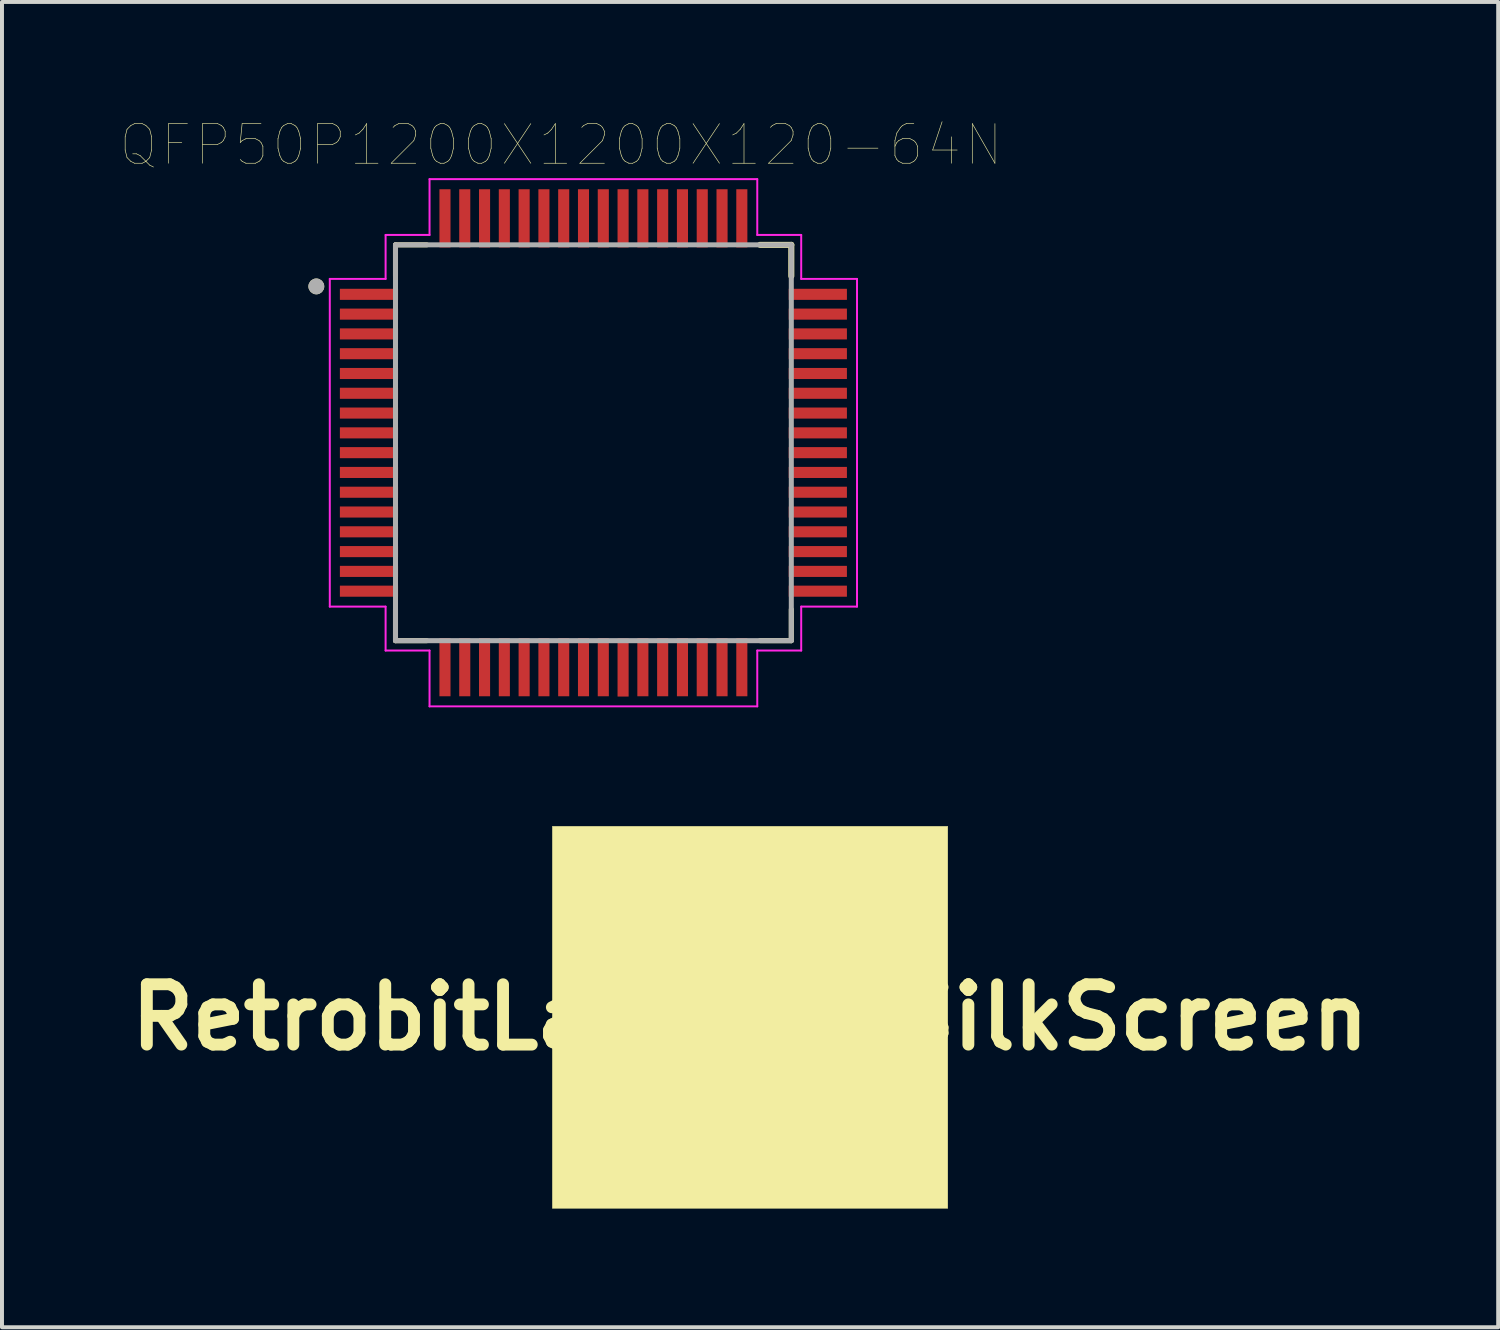
<source format=kicad_pcb>
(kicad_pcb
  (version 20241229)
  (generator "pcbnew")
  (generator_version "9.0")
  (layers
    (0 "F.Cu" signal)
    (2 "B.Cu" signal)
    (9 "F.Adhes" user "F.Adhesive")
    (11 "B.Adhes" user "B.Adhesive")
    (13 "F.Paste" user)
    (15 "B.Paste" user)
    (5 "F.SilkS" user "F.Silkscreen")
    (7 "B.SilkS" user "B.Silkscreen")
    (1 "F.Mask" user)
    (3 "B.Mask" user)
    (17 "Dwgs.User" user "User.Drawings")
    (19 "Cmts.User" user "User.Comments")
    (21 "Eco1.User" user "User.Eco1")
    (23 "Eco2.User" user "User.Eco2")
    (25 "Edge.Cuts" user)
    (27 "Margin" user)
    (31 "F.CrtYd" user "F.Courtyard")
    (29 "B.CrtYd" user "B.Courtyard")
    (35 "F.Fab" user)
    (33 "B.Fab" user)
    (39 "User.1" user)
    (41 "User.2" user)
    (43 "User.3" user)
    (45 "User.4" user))
  (footprint "QFP50P1200X1200X120-64N"
    (layer "F.Cu")
    (at 11.942 8.136)
    (property "Reference" "QFP50P1200X1200X120-64N" (at -0.819 -7.524 0) (layer "F.SilkS") (effects (font (size 1.001 1.001) (thickness 0.015))))
    (attr through_hole)
    (fp_line (start -5 -5) (end -5 -4.21) (stroke (width 0.127) (type solid)) (layer "F.SilkS"))
    (fp_line (start -5 4.21) (end -5 5) (stroke (width 0.127) (type solid)) (layer "F.SilkS"))
    (fp_line (start -5 5) (end -4.21 5) (stroke (width 0.127) (type solid)) (layer "F.SilkS"))
    (fp_line (start -4.21 -5) (end -5 -5) (stroke (width 0.127) (type solid)) (layer "F.SilkS"))
    (fp_line (start 4.21 5) (end 5 5) (stroke (width 0.127) (type solid)) (layer "F.SilkS"))
    (fp_line (start 5 -5) (end 4.21 -5) (stroke (width 0.152) (type solid)) (layer "F.SilkS"))
    (fp_line (start 5 -4.21) (end 5 -5) (stroke (width 0.152) (type solid)) (layer "F.SilkS"))
    (fp_line (start 5 5) (end 5 4.21) (stroke (width 0.127) (type solid)) (layer "F.SilkS"))
    (fp_circle (center -7 -3.95) (end -6.9 -3.95) (stroke (width 0.2) (type solid)) (fill no) (layer "F.SilkS"))
    (fp_line (start -6.66 -4.14) (end -5.25 -4.14) (stroke (width 0.05) (type solid)) (layer "F.CrtYd"))
    (fp_line (start -6.66 4.14) (end -6.66 -4.14) (stroke (width 0.05) (type solid)) (layer "F.CrtYd"))
    (fp_line (start -5.25 -5.25) (end -4.14 -5.25) (stroke (width 0.05) (type solid)) (layer "F.CrtYd"))
    (fp_line (start -5.25 -4.14) (end -5.25 -5.25) (stroke (width 0.05) (type solid)) (layer "F.CrtYd"))
    (fp_line (start -5.25 4.14) (end -6.66 4.14) (stroke (width 0.05) (type solid)) (layer "F.CrtYd"))
    (fp_line (start -5.25 5.25) (end -5.25 4.14) (stroke (width 0.05) (type solid)) (layer "F.CrtYd"))
    (fp_line (start -4.14 -6.66) (end 4.14 -6.66) (stroke (width 0.05) (type solid)) (layer "F.CrtYd"))
    (fp_line (start -4.14 -5.25) (end -4.14 -6.66) (stroke (width 0.05) (type solid)) (layer "F.CrtYd"))
    (fp_line (start -4.14 5.25) (end -5.25 5.25) (stroke (width 0.05) (type solid)) (layer "F.CrtYd"))
    (fp_line (start -4.14 6.66) (end -4.14 5.25) (stroke (width 0.05) (type solid)) (layer "F.CrtYd"))
    (fp_line (start 4.14 -6.66) (end 4.14 -5.25) (stroke (width 0.05) (type solid)) (layer "F.CrtYd"))
    (fp_line (start 4.14 -5.25) (end 5.25 -5.25) (stroke (width 0.05) (type solid)) (layer "F.CrtYd"))
    (fp_line (start 4.14 5.25) (end 4.14 6.66) (stroke (width 0.05) (type solid)) (layer "F.CrtYd"))
    (fp_line (start 4.14 6.66) (end -4.14 6.66) (stroke (width 0.05) (type solid)) (layer "F.CrtYd"))
    (fp_line (start 5.25 -5.25) (end 5.25 -4.14) (stroke (width 0.05) (type solid)) (layer "F.CrtYd"))
    (fp_line (start 5.25 -4.14) (end 6.66 -4.14) (stroke (width 0.05) (type solid)) (layer "F.CrtYd"))
    (fp_line (start 5.25 4.14) (end 5.25 5.25) (stroke (width 0.05) (type solid)) (layer "F.CrtYd"))
    (fp_line (start 5.25 5.25) (end 4.14 5.25) (stroke (width 0.05) (type solid)) (layer "F.CrtYd"))
    (fp_line (start 6.66 -4.14) (end 6.66 4.14) (stroke (width 0.05) (type solid)) (layer "F.CrtYd"))
    (fp_line (start 6.66 4.14) (end 5.25 4.14) (stroke (width 0.05) (type solid)) (layer "F.CrtYd"))
    (fp_line (start -5 -5) (end -5 5) (stroke (width 0.127) (type solid)) (layer "F.Fab"))
    (fp_line (start -5 5) (end 5 5) (stroke (width 0.127) (type solid)) (layer "F.Fab"))
    (fp_line (start 5 -5) (end -5 -5) (stroke (width 0.127) (type solid)) (layer "F.Fab"))
    (fp_line (start 5 5) (end 5 -5) (stroke (width 0.127) (type solid)) (layer "F.Fab"))
    (fp_circle (center -7 -3.95) (end -6.9 -3.95) (stroke (width 0.2) (type solid)) (fill no) (layer "F.Fab"))
    (pad "1" smd rect (at -5.67 -3.75) (size 1.47 0.28) (layers "F.Cu" "F.Mask" "F.Paste"))
    (pad "2" smd rect (at -5.67 -3.25) (size 1.47 0.28) (layers "F.Cu" "F.Mask" "F.Paste"))
    (pad "3" smd rect (at -5.67 -2.75) (size 1.47 0.28) (layers "F.Cu" "F.Mask" "F.Paste"))
    (pad "4" smd rect (at -5.67 -2.25) (size 1.47 0.28) (layers "F.Cu" "F.Mask" "F.Paste"))
    (pad "5" smd rect (at -5.67 -1.75) (size 1.47 0.28) (layers "F.Cu" "F.Mask" "F.Paste"))
    (pad "6" smd rect (at -5.67 -1.25) (size 1.47 0.28) (layers "F.Cu" "F.Mask" "F.Paste"))
    (pad "7" smd rect (at -5.67 -0.75) (size 1.47 0.28) (layers "F.Cu" "F.Mask" "F.Paste"))
    (pad "8" smd rect (at -5.67 -0.25) (size 1.47 0.28) (layers "F.Cu" "F.Mask" "F.Paste"))
    (pad "9" smd rect (at -5.67 0.25) (size 1.47 0.28) (layers "F.Cu" "F.Mask" "F.Paste"))
    (pad "10" smd rect (at -5.67 0.75) (size 1.47 0.28) (layers "F.Cu" "F.Mask" "F.Paste"))
    (pad "11" smd rect (at -5.67 1.25) (size 1.47 0.28) (layers "F.Cu" "F.Mask" "F.Paste"))
    (pad "12" smd rect (at -5.67 1.75) (size 1.47 0.28) (layers "F.Cu" "F.Mask" "F.Paste"))
    (pad "13" smd rect (at -5.67 2.25) (size 1.47 0.28) (layers "F.Cu" "F.Mask" "F.Paste"))
    (pad "14" smd rect (at -5.67 2.75) (size 1.47 0.28) (layers "F.Cu" "F.Mask" "F.Paste"))
    (pad "15" smd rect (at -5.67 3.25) (size 1.47 0.28) (layers "F.Cu" "F.Mask" "F.Paste"))
    (pad "16" smd rect (at -5.67 3.75) (size 1.47 0.28) (layers "F.Cu" "F.Mask" "F.Paste"))
    (pad "17" smd rect (at -3.75 5.67) (size 0.28 1.47) (layers "F.Cu" "F.Mask" "F.Paste"))
    (pad "18" smd rect (at -3.25 5.67) (size 0.28 1.47) (layers "F.Cu" "F.Mask" "F.Paste"))
    (pad "19" smd rect (at -2.75 5.67) (size 0.28 1.47) (layers "F.Cu" "F.Mask" "F.Paste"))
    (pad "20" smd rect (at -2.25 5.67) (size 0.28 1.47) (layers "F.Cu" "F.Mask" "F.Paste"))
    (pad "21" smd rect (at -1.75 5.67) (size 0.28 1.47) (layers "F.Cu" "F.Mask" "F.Paste"))
    (pad "22" smd rect (at -1.25 5.67) (size 0.28 1.47) (layers "F.Cu" "F.Mask" "F.Paste"))
    (pad "23" smd rect (at -0.75 5.67) (size 0.28 1.47) (layers "F.Cu" "F.Mask" "F.Paste"))
    (pad "24" smd rect (at -0.25 5.67) (size 0.28 1.47) (layers "F.Cu" "F.Mask" "F.Paste"))
    (pad "25" smd rect (at 0.25 5.67) (size 0.28 1.47) (layers "F.Cu" "F.Mask" "F.Paste"))
    (pad "26" smd rect (at 0.75 5.677) (size 0.28 1.47) (layers "F.Cu" "F.Mask" "F.Paste"))
    (pad "27" smd rect (at 1.25 5.67) (size 0.28 1.47) (layers "F.Cu" "F.Mask" "F.Paste"))
    (pad "28" smd rect (at 1.75 5.67) (size 0.28 1.47) (layers "F.Cu" "F.Mask" "F.Paste"))
    (pad "29" smd rect (at 2.25 5.67) (size 0.28 1.47) (layers "F.Cu" "F.Mask" "F.Paste"))
    (pad "30" smd rect (at 2.75 5.67) (size 0.28 1.47) (layers "F.Cu" "F.Mask" "F.Paste"))
    (pad "31" smd rect (at 3.25 5.67) (size 0.28 1.47) (layers "F.Cu" "F.Mask" "F.Paste"))
    (pad "32" smd rect (at 3.75 5.67) (size 0.28 1.47) (layers "F.Cu" "F.Mask" "F.Paste"))
    (pad "33" smd rect (at 5.67 3.75) (size 1.47 0.28) (layers "F.Cu" "F.Mask" "F.Paste"))
    (pad "34" smd rect (at 5.67 3.25) (size 1.47 0.28) (layers "F.Cu" "F.Mask" "F.Paste"))
    (pad "35" smd rect (at 5.67 2.75) (size 1.47 0.28) (layers "F.Cu" "F.Mask" "F.Paste"))
    (pad "36" smd rect (at 5.67 2.25) (size 1.47 0.28) (layers "F.Cu" "F.Mask" "F.Paste"))
    (pad "37" smd rect (at 5.67 1.75) (size 1.47 0.28) (layers "F.Cu" "F.Mask" "F.Paste"))
    (pad "38" smd rect (at 5.67 1.25) (size 1.47 0.28) (layers "F.Cu" "F.Mask" "F.Paste"))
    (pad "39" smd rect (at 5.67 0.75) (size 1.47 0.28) (layers "F.Cu" "F.Mask" "F.Paste"))
    (pad "40" smd rect (at 5.67 0.25) (size 1.47 0.28) (layers "F.Cu" "F.Mask" "F.Paste"))
    (pad "41" smd rect (at 5.67 -0.25) (size 1.47 0.28) (layers "F.Cu" "F.Mask" "F.Paste"))
    (pad "42" smd rect (at 5.67 -0.75) (size 1.47 0.28) (layers "F.Cu" "F.Mask" "F.Paste"))
    (pad "43" smd rect (at 5.67 -1.25) (size 1.47 0.28) (layers "F.Cu" "F.Mask" "F.Paste"))
    (pad "44" smd rect (at 5.67 -1.75) (size 1.47 0.28) (layers "F.Cu" "F.Mask" "F.Paste"))
    (pad "45" smd rect (at 5.67 -2.25) (size 1.47 0.28) (layers "F.Cu" "F.Mask" "F.Paste"))
    (pad "46" smd rect (at 5.67 -2.75) (size 1.47 0.28) (layers "F.Cu" "F.Mask" "F.Paste"))
    (pad "47" smd rect (at 5.67 -3.25) (size 1.47 0.28) (layers "F.Cu" "F.Mask" "F.Paste"))
    (pad "48" smd rect (at 5.67 -3.75) (size 1.47 0.28) (layers "F.Cu" "F.Mask" "F.Paste"))
    (pad "49" smd rect (at 3.75 -5.67) (size 0.28 1.47) (layers "F.Cu" "F.Mask" "F.Paste"))
    (pad "50" smd rect (at 3.25 -5.67) (size 0.28 1.47) (layers "F.Cu" "F.Mask" "F.Paste"))
    (pad "51" smd rect (at 2.75 -5.67) (size 0.28 1.47) (layers "F.Cu" "F.Mask" "F.Paste"))
    (pad "52" smd rect (at 2.25 -5.67) (size 0.28 1.47) (layers "F.Cu" "F.Mask" "F.Paste"))
    (pad "53" smd rect (at 1.75 -5.67) (size 0.28 1.47) (layers "F.Cu" "F.Mask" "F.Paste"))
    (pad "54" smd rect (at 1.25 -5.67) (size 0.28 1.47) (layers "F.Cu" "F.Mask" "F.Paste"))
    (pad "55" smd rect (at 0.75 -5.67) (size 0.28 1.47) (layers "F.Cu" "F.Mask" "F.Paste"))
    (pad "56" smd rect (at 0.25 -5.67) (size 0.28 1.47) (layers "F.Cu" "F.Mask" "F.Paste"))
    (pad "57" smd rect (at -0.25 -5.67) (size 0.28 1.47) (layers "F.Cu" "F.Mask" "F.Paste"))
    (pad "58" smd rect (at -0.75 -5.67) (size 0.28 1.47) (layers "F.Cu" "F.Mask" "F.Paste"))
    (pad "59" smd rect (at -1.25 -5.67) (size 0.28 1.47) (layers "F.Cu" "F.Mask" "F.Paste"))
    (pad "60" smd rect (at -1.75 -5.67) (size 0.28 1.47) (layers "F.Cu" "F.Mask" "F.Paste"))
    (pad "61" smd rect (at -2.25 -5.67) (size 0.28 1.47) (layers "F.Cu" "F.Mask" "F.Paste"))
    (pad "62" smd rect (at -2.75 -5.67) (size 0.28 1.47) (layers "F.Cu" "F.Mask" "F.Paste"))
    (pad "63" smd rect (at -3.25 -5.67) (size 0.28 1.47) (layers "F.Cu" "F.Mask" "F.Paste"))
    (pad "64" smd rect (at -3.75 -5.67) (size 0.28 1.47) (layers "F.Cu" "F.Mask" "F.Paste")))
  (footprint "RetrobitLab_Rev_SilkScreen"
    (layer "F.Cu")
    (at 15.9 22.652)
    (property "Reference" "RetrobitLab_Rev_SilkScreen" (at 0 0 0) (layer "F.SilkS") (effects (font (size 1.524 1.524) (thickness 0.3))))
    (attr through_hole)
    (fp_poly (pts (xy 4.995 4.826) (xy -4.995 4.826) (xy -4.995 -4.826) (xy 4.995 -4.826) (xy 4.995 4.826)) (stroke (width 0.01) (type solid)) (fill yes) (layer "F.SilkS")))
  (gr_rect
    (start -3 -3)
    (end 34.801 30.483)
    (stroke (width 0.1) (type default))
    (fill no)
    (layer "Edge.Cuts")))
</source>
